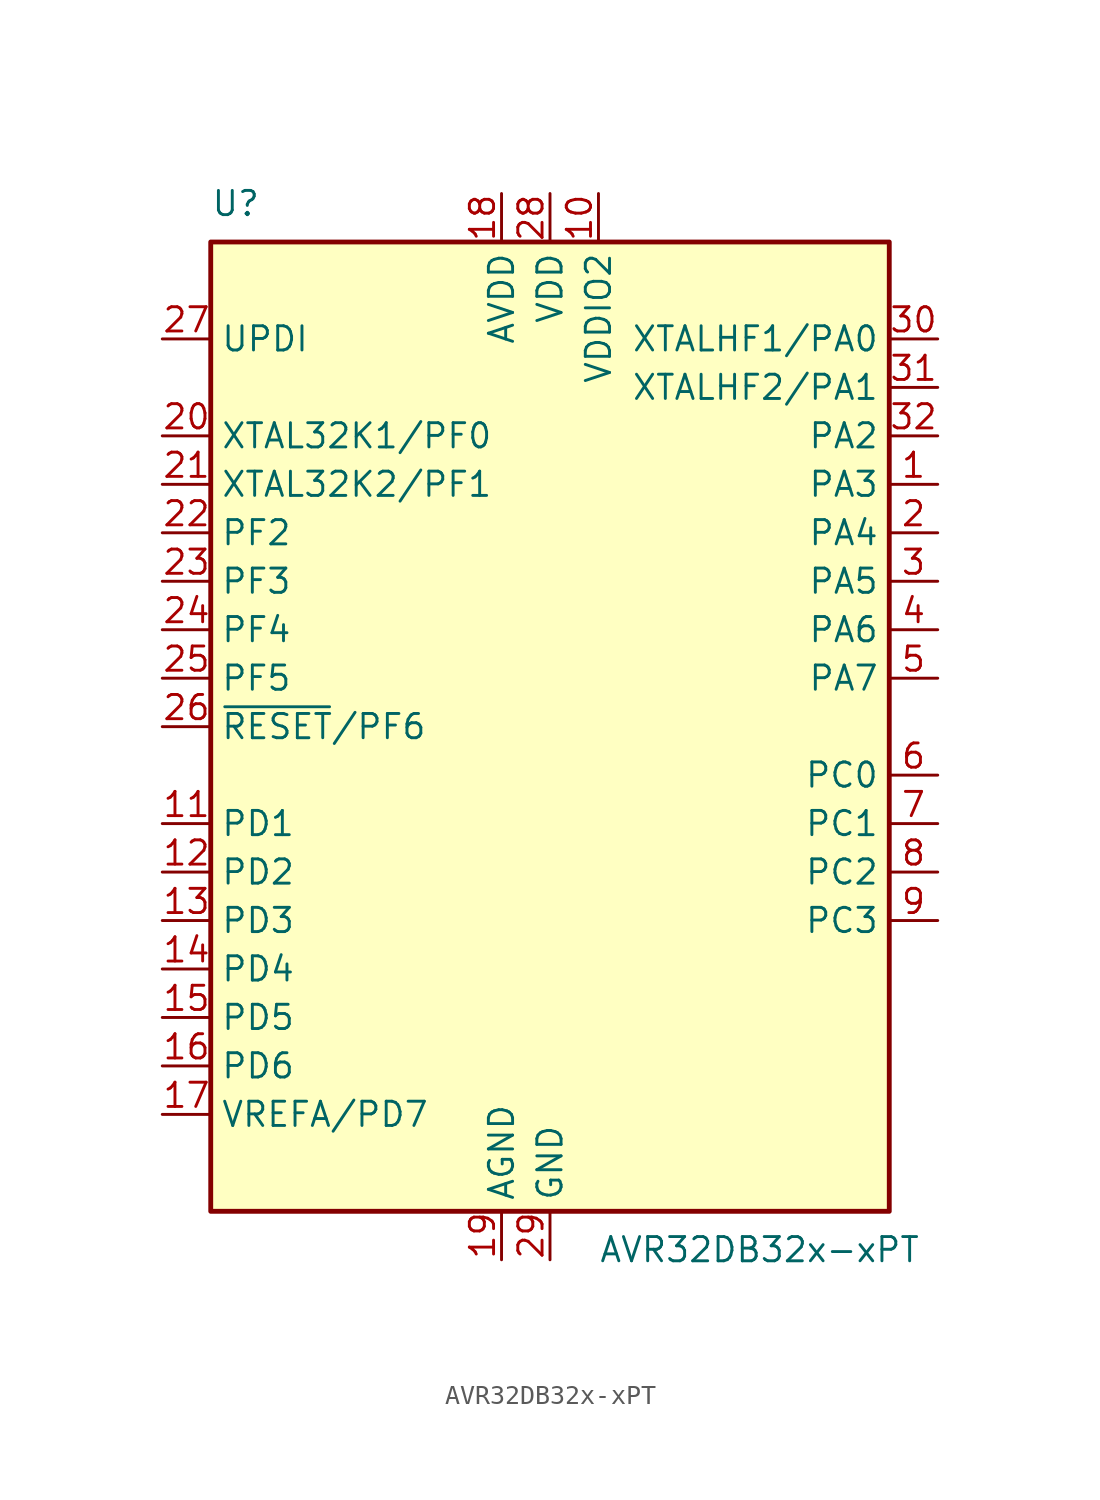
<source format=kicad_sym>
(kicad_symbol_lib
  (version 20211014)
  (generator kicad_symbol_editor)
  (symbol "AVR32DB32x-xPT"
    (property "Reference" "U"
      (at -17.78 26.67 0)
      (effects (font (size 1.27 1.27)) (justify left bottom)))
    (property "Value" "AVR32DB32x-xPT"
      (at 2.54 -26.67 0)
      (effects (font (size 1.27 1.27)) (justify left top)))
    (symbol "AVR32DB32x-xPT_0_1"
      (rectangle (start -17.78 25.4) (end 17.78 -25.4) (stroke (width 0.254) (type default) (color 0 0 0 0)) (fill (type background))))
    (symbol "AVR32DB32x-xPT_1_1"
      (pin bidirectional line (at 20.32 20.32 180) (length 2.54) (name "XTALHF1/PA0" (effects (font (size 1.27 1.27)))) (number "30" (effects (font (size 1.27 1.27)))))
      (pin bidirectional line (at 20.32 17.78 180) (length 2.54) (name "XTALHF2/PA1" (effects (font (size 1.27 1.27)))) (number "31" (effects (font (size 1.27 1.27)))))
      (pin bidirectional line (at 20.32 15.24 180) (length 2.54) (name "PA2" (effects (font (size 1.27 1.27)))) (number "32" (effects (font (size 1.27 1.27)))))
      (pin bidirectional line (at 20.32 12.7 180) (length 2.54) (name "PA3" (effects (font (size 1.27 1.27)))) (number "1" (effects (font (size 1.27 1.27)))))
      (pin bidirectional line (at 20.32 10.16 180) (length 2.54) (name "PA4" (effects (font (size 1.27 1.27)))) (number "2" (effects (font (size 1.27 1.27)))))
      (pin bidirectional line (at 20.32 7.62 180) (length 2.54) (name "PA5" (effects (font (size 1.27 1.27)))) (number "3" (effects (font (size 1.27 1.27)))))
      (pin bidirectional line (at 20.32 5.08 180) (length 2.54) (name "PA6" (effects (font (size 1.27 1.27)))) (number "4" (effects (font (size 1.27 1.27)))))
      (pin bidirectional line (at 20.32 2.54 180) (length 2.54) (name "PA7" (effects (font (size 1.27 1.27)))) (number "5" (effects (font (size 1.27 1.27)))))
      (pin bidirectional line (at 20.32 -2.54 180) (length 2.54) (name "PC0" (effects (font (size 1.27 1.27)))) (number "6" (effects (font (size 1.27 1.27)))))
      (pin bidirectional line (at 20.32 -5.08 180) (length 2.54) (name "PC1" (effects (font (size 1.27 1.27)))) (number "7" (effects (font (size 1.27 1.27)))))
      (pin bidirectional line (at 20.32 -7.62 180) (length 2.54) (name "PC2" (effects (font (size 1.27 1.27)))) (number "8" (effects (font (size 1.27 1.27)))))
      (pin bidirectional line (at 20.32 -10.16 180) (length 2.54) (name "PC3" (effects (font (size 1.27 1.27)))) (number "9" (effects (font (size 1.27 1.27)))))
      (pin input line (at -20.32 20.32 0) (length 2.54) (name "UPDI" (effects (font (size 1.27 1.27)))) (number "27" (effects (font (size 1.27 1.27)))))
      (pin bidirectional line (at -20.32 15.24 0) (length 2.54) (name "XTAL32K1/PF0" (effects (font (size 1.27 1.27)))) (number "20" (effects (font (size 1.27 1.27)))))
      (pin bidirectional line (at -20.32 12.7 0) (length 2.54) (name "XTAL32K2/PF1" (effects (font (size 1.27 1.27)))) (number "21" (effects (font (size 1.27 1.27)))))
      (pin bidirectional line (at -20.32 10.16 0) (length 2.54) (name "PF2" (effects (font (size 1.27 1.27)))) (number "22" (effects (font (size 1.27 1.27)))))
      (pin bidirectional line (at -20.32 7.62 0) (length 2.54) (name "PF3" (effects (font (size 1.27 1.27)))) (number "23" (effects (font (size 1.27 1.27)))))
      (pin bidirectional line (at -20.32 5.08 0) (length 2.54) (name "PF4" (effects (font (size 1.27 1.27)))) (number "24" (effects (font (size 1.27 1.27)))))
      (pin bidirectional line (at -20.32 2.54 0) (length 2.54) (name "PF5" (effects (font (size 1.27 1.27)))) (number "25" (effects (font (size 1.27 1.27)))))
      (pin bidirectional line (at -20.32 0 0) (length 2.54) (name "~{RESET}/PF6" (effects (font (size 1.27 1.27)))) (number "26" (effects (font (size 1.27 1.27)))))
      (pin bidirectional line (at -20.32 -5.08 0) (length 2.54) (name "PD1" (effects (font (size 1.27 1.27)))) (number "11" (effects (font (size 1.27 1.27)))))
      (pin bidirectional line (at -20.32 -7.62 0) (length 2.54) (name "PD2" (effects (font (size 1.27 1.27)))) (number "12" (effects (font (size 1.27 1.27)))))
      (pin bidirectional line (at -20.32 -10.16 0) (length 2.54) (name "PD3" (effects (font (size 1.27 1.27)))) (number "13" (effects (font (size 1.27 1.27)))))
      (pin bidirectional line (at -20.32 -12.7 0) (length 2.54) (name "PD4" (effects (font (size 1.27 1.27)))) (number "14" (effects (font (size 1.27 1.27)))))
      (pin bidirectional line (at -20.32 -15.24 0) (length 2.54) (name "PD5" (effects (font (size 1.27 1.27)))) (number "15" (effects (font (size 1.27 1.27)))))
      (pin bidirectional line (at -20.32 -17.78 0) (length 2.54) (name "PD6" (effects (font (size 1.27 1.27)))) (number "16" (effects (font (size 1.27 1.27)))))
      (pin bidirectional line (at -20.32 -20.32 0) (length 2.54) (name "VREFA/PD7" (effects (font (size 1.27 1.27)))) (number "17" (effects (font (size 1.27 1.27)))))
      (pin power_in line (at -2.54 27.94 270) (length 2.54) (name "AVDD" (effects (font (size 1.27 1.27)))) (number "18" (effects (font (size 1.27 1.27)))))
      (pin power_in line (at 0 27.94 270) (length 2.54) (name "VDD" (effects (font (size 1.27 1.27)))) (number "28" (effects (font (size 1.27 1.27)))))
      (pin power_in line (at 2.54 27.94 270) (length 2.54) (name "VDDIO2" (effects (font (size 1.27 1.27)))) (number "10" (effects (font (size 1.27 1.27)))))
      (pin power_in line (at -2.54 -27.94 90) (length 2.54) (name "AGND" (effects (font (size 1.27 1.27)))) (number "19" (effects (font (size 1.27 1.27)))))
      (pin power_in line (at 0 -27.94 90) (length 2.54) (name "GND" (effects (font (size 1.27 1.27)))) (number "29" (effects (font (size 1.27 1.27))))))))
</source>
